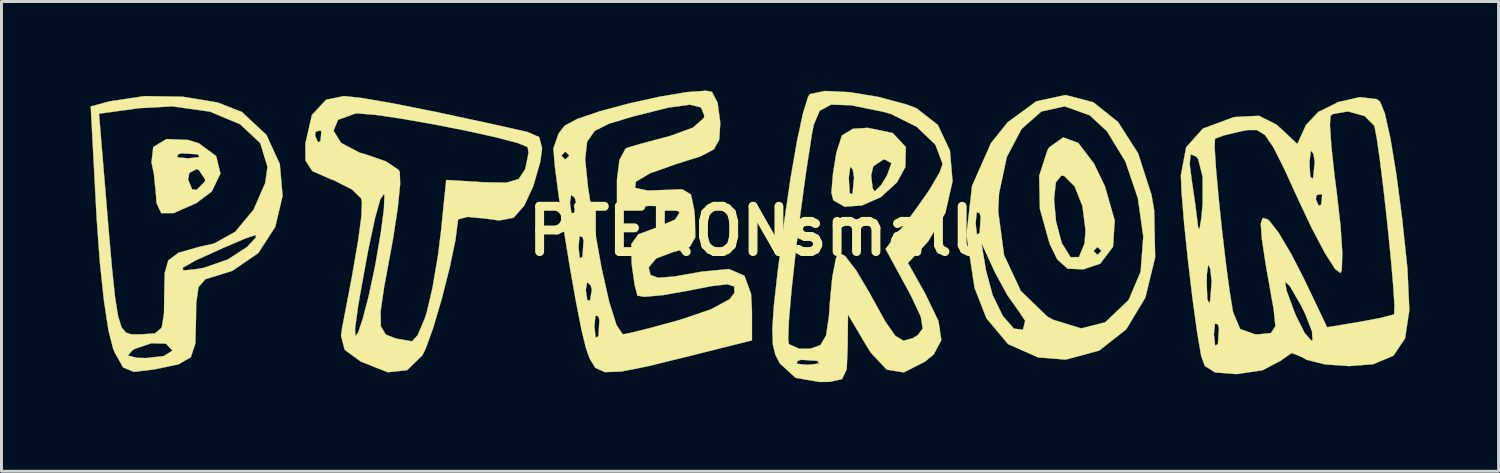
<source format=kicad_pcb>
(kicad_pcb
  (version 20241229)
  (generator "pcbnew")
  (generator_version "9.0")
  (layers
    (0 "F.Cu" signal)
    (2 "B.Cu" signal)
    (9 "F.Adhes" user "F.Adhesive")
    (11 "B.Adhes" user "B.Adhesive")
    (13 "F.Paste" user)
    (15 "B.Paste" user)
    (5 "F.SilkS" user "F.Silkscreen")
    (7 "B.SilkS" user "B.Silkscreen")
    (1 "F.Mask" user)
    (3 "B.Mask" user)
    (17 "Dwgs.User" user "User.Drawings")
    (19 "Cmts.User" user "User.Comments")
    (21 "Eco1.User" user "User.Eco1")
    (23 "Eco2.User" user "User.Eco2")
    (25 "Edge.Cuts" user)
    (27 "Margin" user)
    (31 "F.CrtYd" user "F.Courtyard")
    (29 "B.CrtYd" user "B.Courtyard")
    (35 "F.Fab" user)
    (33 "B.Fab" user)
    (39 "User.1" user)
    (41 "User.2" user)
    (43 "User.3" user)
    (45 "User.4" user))
  (footprint "PTERONsmall"
    (layer "F.Cu")
    (at 22.264 4.729)
    (property "Reference" "PTERONsmall" (at 0 0 0) (layer "F.SilkS") (effects (font (size 1.524 1.524) (thickness 0.3))))
    (attr through_hole)
    (fp_poly (pts (xy -18.986 -3.068) (xy -18.617 -2.954) (xy -18.036 -2.524) (xy -17.894 -1.937) (xy -18.185 -1.333) (xy -18.703 -0.943) (xy -19.466 -0.606) (xy -19.886 -0.603) (xy -20.046 -0.944) (xy -20.056 -1.136) (xy -20.115 -1.738) (xy -18.983 -1.738) (xy -18.847 -1.405) (xy -18.696 -1.388) (xy -18.42 -1.664) (xy -18.408 -1.738) (xy -18.616 -2.051) (xy -18.696 -2.088) (xy -18.94 -1.959) (xy -18.983 -1.738) (xy -20.115 -1.738) (xy -20.132 -1.915) (xy -20.214 -2.314) (xy -20.195 -2.486) (xy -19.351 -2.486) (xy -18.983 -2.449) (xy -18.604 -2.491) (xy -18.649 -2.583) (xy -19.196 -2.619) (xy -19.317 -2.583) (xy -19.351 -2.486) (xy -20.195 -2.486) (xy -20.155 -2.831) (xy -19.71 -3.097) (xy -18.986 -3.068)) (stroke (width 0.01) (type solid)) (fill yes) (layer "F.SilkS"))
    (fp_poly (pts (xy 4.742 -3.299) (xy 5.179 -2.828) (xy 5.162 -2.152) (xy 4.88 -1.638) (xy 4.34 -1.144) (xy 3.702 -0.863) (xy 3.118 -0.82) (xy 2.739 -1.039) (xy 2.674 -1.286) (xy 2.711 -1.738) (xy 3.261 -1.738) (xy 3.289 -1.281) (xy 3.373 -1.241) (xy 3.384 -1.265) (xy 3.437 -1.796) (xy 3.425 -1.872) (xy 4.011 -1.872) (xy 4.063 -1.436) (xy 4.135 -1.337) (xy 4.342 -1.542) (xy 4.545 -1.872) (xy 4.694 -2.283) (xy 4.481 -2.405) (xy 4.421 -2.406) (xy 4.084 -2.183) (xy 4.011 -1.872) (xy 3.425 -1.872) (xy 3.394 -2.067) (xy 3.309 -2.176) (xy 3.262 -1.821) (xy 3.261 -1.738) (xy 2.711 -1.738) (xy 2.726 -1.924) (xy 2.841 -2.64) (xy 3.027 -3.218) (xy 3.396 -3.444) (xy 3.901 -3.476) (xy 4.742 -3.299)) (stroke (width 0.01) (type solid)) (fill yes) (layer "F.SilkS"))
    (fp_poly (pts (xy 10.985 -2.966) (xy 11.515 -2.271) (xy 11.882 -1.507) (xy 12.212 -0.356) (xy 12.154 0.529) (xy 11.723 1.098) (xy 11.152 1.288) (xy 10.625 1.265) (xy 10.277 0.954) (xy 10.02 0.428) (xy 9.692 -0.749) (xy 9.685 -1.068) (xy 10.169 -1.068) (xy 10.236 -0.327) (xy 10.427 0.4) (xy 10.726 0.88) (xy 11.008 0.872) (xy 11.092 0.668) (xy 11.497 0.668) (xy 11.631 0.802) (xy 11.764 0.668) (xy 11.631 0.535) (xy 11.497 0.668) (xy 11.092 0.668) (xy 11.195 0.418) (xy 11.229 -0.033) (xy 11.124 -0.844) (xy 10.859 -1.509) (xy 10.51 -1.855) (xy 10.418 -1.872) (xy 10.229 -1.641) (xy 10.169 -1.068) (xy 9.685 -1.068) (xy 9.669 -1.863) (xy 9.952 -2.737) (xy 10.011 -2.823) (xy 10.478 -3.154) (xy 10.985 -2.966)) (stroke (width 0.01) (type solid)) (fill yes) (layer "F.SilkS"))
    (fp_poly (pts (xy 11.488 -4.338) (xy 12.324 -3.672) (xy 12.998 -2.619) (xy 13.451 -1.216) (xy 13.54 -0.693) (xy 13.572 0.889) (xy 13.242 2.243) (xy 12.598 3.308) (xy 11.689 4.023) (xy 10.562 4.326) (xy 9.632 4.252) (xy 8.622 3.806) (xy 7.895 2.94) (xy 7.494 1.917) (xy 7.262 0.401) (xy 7.725 0.401) (xy 7.877 1.323) (xy 8.103 2.158) (xy 8.443 2.855) (xy 8.816 3.282) (xy 9.12 3.324) (xy 9.196 3.02) (xy 8.986 2.706) (xy 8.6 2.16) (xy 8.195 1.42) (xy 8.152 1.329) (xy 7.725 0.401) (xy 7.262 0.401) (xy 7.22 0.126) (xy 7.265 -0.267) (xy 7.529 -0.267) (xy 7.571 0.112) (xy 7.663 0.067) (xy 7.699 -0.481) (xy 7.663 -0.602) (xy 7.566 -0.635) (xy 7.529 -0.267) (xy 7.265 -0.267) (xy 7.311 -0.664) (xy 8.289 -0.664) (xy 8.487 0.81) (xy 9.052 2.018) (xy 9.937 2.871) (xy 10.145 2.988) (xy 11.081 3.275) (xy 11.889 3.071) (xy 12.644 2.355) (xy 12.692 2.292) (xy 13.084 1.366) (xy 13.172 0.181) (xy 12.991 -1.106) (xy 12.572 -2.339) (xy 11.95 -3.361) (xy 11.367 -3.899) (xy 10.526 -4.199) (xy 9.742 -4.026) (xy 9.075 -3.438) (xy 8.58 -2.498) (xy 8.317 -1.265) (xy 8.289 -0.664) (xy 7.311 -0.664) (xy 7.409 -1.524) (xy 8.046 -2.962) (xy 8.604 -3.659) (xy 9.569 -4.367) (xy 10.55 -4.581) (xy 11.488 -4.338)) (stroke (width 0.01) (type solid)) (fill yes) (layer "F.SilkS"))
    (fp_poly (pts (xy -19.172 -4.524) (xy -17.987 -4.329) (xy -17.172 -4.009) (xy -16.346 -3.24) (xy -15.895 -2.257) (xy -15.801 -1.184) (xy -16.047 -0.144) (xy -16.617 0.738) (xy -17.494 1.339) (xy -17.921 1.472) (xy -18.399 1.618) (xy -18.633 1.887) (xy -18.709 2.439) (xy -18.716 2.947) (xy -18.738 3.786) (xy -18.89 4.246) (xy -19.3 4.483) (xy -20.096 4.652) (xy -20.127 4.657) (xy -20.802 4.74) (xy -21.17 4.59) (xy -21.396 4.188) (xy -21.011 4.188) (xy -20.711 4.265) (xy -20.387 4.274) (xy -19.795 4.205) (xy -19.52 4.031) (xy -19.518 4.011) (xy -19.729 3.789) (xy -20.221 3.775) (xy -20.782 3.967) (xy -20.855 4.011) (xy -21.011 4.188) (xy -21.396 4.188) (xy -21.446 4.1) (xy -21.506 3.957) (xy -21.662 3.35) (xy -21.816 2.335) (xy -21.954 1.039) (xy -22.059 -0.412) (xy -22.067 -0.562) (xy -22.247 -3.952) (xy -21.982 -3.952) (xy -21.812 -1.909) (xy -21.661 -0.087) (xy -21.542 1.271) (xy -21.44 2.232) (xy -21.339 2.865) (xy -21.223 3.238) (xy -21.076 3.419) (xy -20.882 3.476) (xy -20.625 3.476) (xy -20.556 3.476) (xy -20.097 3.443) (xy -19.87 3.253) (xy -19.793 2.767) (xy -19.785 2.157) (xy -19.771 1.419) (xy -19.719 1.235) (xy -19.167 1.235) (xy -19.14 1.327) (xy -18.649 1.272) (xy -18.449 1.235) (xy -17.644 0.956) (xy -16.993 0.531) (xy -16.979 0.516) (xy -16.701 0.22) (xy -16.704 0.13) (xy -17.059 0.25) (xy -17.78 0.558) (xy -18.718 0.983) (xy -19.167 1.235) (xy -19.719 1.235) (xy -19.648 0.984) (xy -19.3 0.728) (xy -18.607 0.531) (xy -18.106 0.419) (xy -17.397 0.024) (xy -16.78 -0.717) (xy -16.386 -1.618) (xy -16.31 -2.164) (xy -16.554 -2.963) (xy -17.229 -3.595) (xy -18.245 -4.02) (xy -19.513 -4.199) (xy -20.646 -4.136) (xy -21.982 -3.952) (xy -22.247 -3.952) (xy -22.259 -4.198) (xy -21.624 -4.368) (xy -20.457 -4.543) (xy -19.172 -4.524)) (stroke (width 0.01) (type solid)) (fill yes) (layer "F.SilkS"))
    (fp_poly (pts (xy 3.276 -4.677) (xy 4.253 -4.518) (xy 5.201 -4.263) (xy 5.535 -4.138) (xy 6.255 -3.576) (xy 6.664 -2.71) (xy 6.752 -1.676) (xy 6.51 -0.61) (xy 5.928 0.35) (xy 5.856 0.429) (xy 5.251 1.073) (xy 5.834 2.11) (xy 6.279 3.032) (xy 6.374 3.672) (xy 6.118 4.153) (xy 5.823 4.396) (xy 5.109 4.757) (xy 4.538 4.666) (xy 4.001 4.094) (xy 3.822 3.807) (xy 3.232 2.807) (xy 3.22 3.944) (xy 3.189 4.656) (xy 3.031 4.983) (xy 2.622 5.075) (xy 2.279 5.08) (xy 1.47 4.94) (xy 0.948 4.466) (xy 1.504 4.466) (xy 1.872 4.503) (xy 2.251 4.461) (xy 2.206 4.368) (xy 1.658 4.333) (xy 1.537 4.368) (xy 1.504 4.466) (xy 0.948 4.466) (xy 0.944 4.462) (xy 0.94 4.456) (xy 0.789 4.171) (xy 0.703 3.815) (xy 0.697 3.635) (xy 1.22 3.635) (xy 1.242 3.805) (xy 1.591 3.961) (xy 1.964 3.959) (xy 2.303 3.84) (xy 2.494 3.516) (xy 2.593 2.852) (xy 2.622 2.406) (xy 2.703 1.554) (xy 2.824 0.928) (xy 2.913 0.725) (xy 3.131 0.834) (xy 3.505 1.32) (xy 3.957 2.079) (xy 3.983 2.128) (xy 4.478 3.027) (xy 4.821 3.522) (xy 5.1 3.691) (xy 5.403 3.608) (xy 5.581 3.502) (xy 5.748 3.279) (xy 5.682 2.878) (xy 5.355 2.181) (xy 5.223 1.936) (xy 4.497 0.602) (xy 5.457 -0.655) (xy 5.975 -1.39) (xy 6.324 -1.991) (xy 6.417 -2.263) (xy 6.176 -2.906) (xy 5.55 -3.507) (xy 4.68 -3.942) (xy 4.412 -4.017) (xy 3.337 -4.235) (xy 2.663 -4.258) (xy 2.281 -4.052) (xy 2.081 -3.584) (xy 2.02 -3.275) (xy 1.817 -1.958) (xy 1.627 -0.565) (xy 1.46 0.798) (xy 1.328 2.024) (xy 1.244 3.005) (xy 1.22 3.635) (xy 0.697 3.635) (xy 0.685 3.297) (xy 0.736 2.526) (xy 0.86 1.414) (xy 1.06 -0.129) (xy 1.08 -0.282) (xy 1.296 -1.762) (xy 1.514 -3.021) (xy 1.718 -3.969) (xy 1.888 -4.518) (xy 1.951 -4.611) (xy 2.449 -4.716) (xy 3.276 -4.677)) (stroke (width 0.01) (type solid)) (fill yes) (layer "F.SilkS"))
    (fp_poly (pts (xy -13.145 -4.482) (xy -12.099 -4.301) (xy -10.656 -4.014) (xy -8.879 -3.633) (xy -7.56 -3.337) (xy -7.162 -3.164) (xy -7.065 -2.784) (xy -7.125 -2.336) (xy -7.361 -1.514) (xy -7.665 -0.859) (xy -8.022 -0.451) (xy -8.509 -0.357) (xy -8.969 -0.421) (xy -9.578 -0.478) (xy -9.888 -0.395) (xy -9.897 -0.364) (xy -9.98 0.293) (xy -10.177 1.233) (xy -10.442 2.279) (xy -10.728 3.25) (xy -10.987 3.968) (xy -11.096 4.182) (xy -11.608 4.683) (xy -12.265 4.751) (xy -13.162 4.396) (xy -13.185 4.383) (xy -13.711 3.997) (xy -13.834 3.524) (xy -13.799 3.27) (xy -13.361 3.27) (xy -13.352 3.542) (xy -13.258 3.416) (xy -13.102 2.951) (xy -12.908 2.208) (xy -12.702 1.247) (xy -12.671 1.083) (xy -12.496 0.063) (xy -12.391 -0.74) (xy -12.372 -1.195) (xy -12.388 -1.247) (xy -12.509 -1.078) (xy -12.69 -0.432) (xy -12.919 0.641) (xy -13.183 2.086) (xy -13.26 2.54) (xy -13.361 3.27) (xy -13.799 3.27) (xy -13.797 3.258) (xy -13.474 1.57) (xy -13.261 0.344) (xy -13.15 -0.481) (xy -13.131 -0.962) (xy -13.154 -1.094) (xy -13.463 -1.4) (xy -14.073 -1.709) (xy -14.187 -1.75) (xy -14.799 -2.019) (xy -15.031 -2.377) (xy -15.032 -2.953) (xy -14.974 -3.208) (xy -14.705 -3.208) (xy -14.607 -2.988) (xy -14.527 -3.03) (xy -14.495 -3.347) (xy -14.521 -3.379) (xy -14.086 -3.379) (xy -13.835 -2.971) (xy -13.208 -2.639) (xy -13.014 -2.585) (xy -12.325 -2.348) (xy -11.899 -2.063) (xy -11.857 -1.996) (xy -11.843 -1.587) (xy -11.922 -0.799) (xy -12.076 0.22) (xy -12.145 0.601) (xy -12.38 1.868) (xy -12.503 2.706) (xy -12.492 3.212) (xy -12.326 3.484) (xy -11.981 3.618) (xy -11.443 3.712) (xy -11.254 3.504) (xy -11.017 2.947) (xy -10.95 2.741) (xy -10.757 1.92) (xy -10.573 0.839) (xy -10.469 0.008) (xy -10.294 -1.722) (xy -9.048 -1.644) (xy -8.264 -1.631) (xy -7.85 -1.754) (xy -7.644 -2.069) (xy -7.62 -2.14) (xy -7.521 -2.638) (xy -7.554 -2.83) (xy -7.898 -2.969) (xy -8.632 -3.16) (xy -9.615 -3.377) (xy -10.71 -3.593) (xy -11.775 -3.78) (xy -12.673 -3.912) (xy -13.264 -3.961) (xy -13.351 -3.957) (xy -13.934 -3.746) (xy -14.086 -3.379) (xy -14.521 -3.379) (xy -14.527 -3.387) (xy -14.686 -3.35) (xy -14.705 -3.208) (xy -14.974 -3.208) (xy -14.814 -3.909) (xy -14.336 -4.423) (xy -13.734 -4.545) (xy -13.145 -4.482)) (stroke (width 0.01) (type solid)) (fill yes) (layer "F.SilkS"))
    (fp_poly (pts (xy -1.345 -4.684) (xy -1.158 -4.324) (xy -1.07 -3.676) (xy -1.069 -3.601) (xy -1.102 -3.076) (xy -1.281 -2.752) (xy -1.732 -2.514) (xy -2.54 -2.261) (xy -3.434 -1.945) (xy -3.907 -1.662) (xy -3.936 -1.454) (xy -3.499 -1.364) (xy -3.008 -1.383) (xy -2.351 -1.409) (xy -2.053 -1.233) (xy -1.944 -0.713) (xy -1.922 -0.464) (xy -1.907 0.204) (xy -2.089 0.528) (xy -2.583 0.69) (xy -2.657 0.705) (xy -3.227 0.923) (xy -3.475 1.225) (xy -3.476 1.237) (xy -3.416 1.477) (xy -3.164 1.571) (xy -2.608 1.528) (xy -1.686 1.364) (xy -0.778 1.277) (xy -0.256 1.501) (xy -0.031 2.109) (xy 0 2.694) (xy 0 3.678) (xy -2.263 4.245) (xy -3.545 4.559) (xy -4.408 4.729) (xy -4.95 4.748) (xy -5.269 4.606) (xy -5.464 4.294) (xy -5.588 3.944) (xy -5.733 3.353) (xy -5.762 3.208) (xy -5.305 3.208) (xy -5.263 3.588) (xy -5.17 3.543) (xy -5.135 2.995) (xy -5.17 2.874) (xy -5.268 2.841) (xy -5.305 3.208) (xy -5.762 3.208) (xy -5.923 2.388) (xy -5.995 1.983) (xy -5.594 1.983) (xy -5.544 2.33) (xy -5.453 2.334) (xy -5.389 1.976) (xy -5.432 1.821) (xy -5.551 1.72) (xy -5.594 1.983) (xy -5.995 1.983) (xy -6.133 1.199) (xy -6.241 0.535) (xy -5.84 0.535) (xy -5.798 0.914) (xy -5.705 0.869) (xy -5.67 0.322) (xy -5.705 0.201) (xy -5.803 0.167) (xy -5.84 0.535) (xy -6.241 0.535) (xy -6.339 -0.064) (xy -6.472 -0.958) (xy -6.128 -0.958) (xy -6.079 -0.611) (xy -5.988 -0.607) (xy -5.924 -0.965) (xy -5.967 -1.12) (xy -6.086 -1.221) (xy -6.128 -0.958) (xy -6.472 -0.958) (xy -6.515 -1.25) (xy -6.639 -2.209) (xy -6.665 -2.54) (xy -6.417 -2.54) (xy -6.283 -2.406) (xy -6.268 -2.422) (xy -5.615 -2.422) (xy -5.524 -1.506) (xy -5.333 -0.267) (xy -5.067 1.225) (xy -4.804 2.389) (xy -4.561 3.16) (xy -4.355 3.471) (xy -4.334 3.475) (xy -3.998 3.406) (xy -3.3 3.228) (xy -2.406 2.983) (xy -1.382 2.635) (xy -0.752 2.293) (xy -0.588 2.078) (xy -0.601 1.863) (xy -0.826 1.79) (xy -1.371 1.854) (xy -2.129 2.003) (xy -2.991 2.155) (xy -3.618 2.213) (xy -3.855 2.174) (xy -3.949 1.816) (xy -4.042 1.167) (xy -4.051 1.08) (xy -4.062 0.438) (xy -3.826 0.109) (xy -3.275 -0.095) (xy -2.59 -0.385) (xy -2.416 -0.658) (xy -2.731 -0.837) (xy -3.476 -0.848) (xy -4.545 -0.746) (xy -4.545 -1.718) (xy -4.462 -2.391) (xy -4.255 -2.78) (xy -4.211 -2.803) (xy -3.757 -2.935) (xy -3.021 -3.133) (xy -2.741 -3.206) (xy -1.985 -3.484) (xy -1.621 -3.807) (xy -1.604 -3.887) (xy -1.714 -4.164) (xy -2.093 -4.255) (xy -2.815 -4.157) (xy -3.957 -3.87) (xy -4.06 -3.842) (xy -4.81 -3.616) (xy -5.294 -3.374) (xy -5.55 -3.01) (xy -5.615 -2.422) (xy -6.268 -2.422) (xy -6.149 -2.54) (xy -6.283 -2.674) (xy -6.417 -2.54) (xy -6.665 -2.54) (xy -6.684 -2.787) (xy -6.508 -3.287) (xy -6.308 -3.546) (xy -5.882 -3.775) (xy -5.104 -4.038) (xy -4.129 -4.299) (xy -3.11 -4.524) (xy -2.199 -4.677) (xy -1.549 -4.724) (xy -1.345 -4.684)) (stroke (width 0.01) (type solid)) (fill yes) (layer "F.SilkS"))
    (fp_poly (pts (xy 21.029 -4.442) (xy 21.142 -4.363) (xy 21.305 -3.964) (xy 21.493 -3.117) (xy 21.692 -1.911) (xy 21.886 -0.432) (xy 22.062 1.234) (xy 22.066 1.275) (xy 22.129 2.663) (xy 21.985 3.613) (xy 21.593 4.196) (xy 20.909 4.482) (xy 20.1 4.545) (xy 19.28 4.485) (xy 18.671 4.333) (xy 18.519 4.242) (xy 18.169 4.105) (xy 17.778 4.375) (xy 17.182 4.686) (xy 16.323 4.813) (xy 16.295 4.813) (xy 15.588 4.758) (xy 15.243 4.539) (xy 15.123 4.211) (xy 14.997 3.476) (xy 15.55 3.476) (xy 15.592 3.855) (xy 15.684 3.81) (xy 15.72 3.263) (xy 15.684 3.142) (xy 15.587 3.108) (xy 15.55 3.476) (xy 14.997 3.476) (xy 14.985 3.404) (xy 14.83 2.273) (xy 14.766 1.738) (xy 15.307 1.738) (xy 15.329 2.288) (xy 15.39 2.43) (xy 15.424 2.343) (xy 15.474 1.701) (xy 15.429 1.273) (xy 15.359 1.125) (xy 15.314 1.446) (xy 15.307 1.738) (xy 14.766 1.738) (xy 14.678 0.993) (xy 14.548 -0.257) (xy 14.462 -1.3) (xy 14.438 -1.873) (xy 14.51 -2.26) (xy 14.735 -2.26) (xy 14.801 -1.738) (xy 14.922 -0.908) (xy 15.008 -0.226) (xy 15.018 -0.134) (xy 15.063 -0.058) (xy 15.126 -0.432) (xy 15.171 -0.906) (xy 15.17 -1.831) (xy 15.021 -2.423) (xy 14.954 -2.51) (xy 14.767 -2.585) (xy 14.735 -2.26) (xy 14.51 -2.26) (xy 14.615 -2.819) (xy 14.617 -2.822) (xy 15.575 -2.822) (xy 15.618 -2.136) (xy 15.703 -1.183) (xy 15.816 -0.095) (xy 15.943 0.998) (xy 16.07 1.962) (xy 16.184 2.667) (xy 16.199 2.741) (xy 16.437 3.298) (xy 16.931 3.473) (xy 17.034 3.476) (xy 17.47 3.433) (xy 17.621 3.204) (xy 17.562 2.635) (xy 17.533 2.473) (xy 17.396 1.701) (xy 17.947 1.701) (xy 17.994 1.997) (xy 18.264 2.726) (xy 18.318 2.857) (xy 18.605 3.431) (xy 18.829 3.685) (xy 18.872 3.676) (xy 18.851 3.371) (xy 18.62 2.781) (xy 18.48 2.498) (xy 18.112 1.861) (xy 17.947 1.701) (xy 17.396 1.701) (xy 17.296 1.135) (xy 17.162 0.251) (xy 17.128 -0.252) (xy 17.192 -0.445) (xy 17.349 -0.398) (xy 17.414 -0.348) (xy 17.725 0.05) (xy 18.156 0.774) (xy 18.582 1.605) (xy 19.362 3.237) (xy 20.443 3.058) (xy 21.14 2.927) (xy 21.569 2.818) (xy 21.618 2.794) (xy 21.629 2.511) (xy 21.585 1.826) (xy 21.501 0.866) (xy 21.39 -0.241) (xy 21.265 -1.366) (xy 21.139 -2.383) (xy 21.027 -3.162) (xy 20.951 -3.543) (xy 20.625 -3.873) (xy 20.064 -4.028) (xy 19.556 -3.941) (xy 19.478 -3.881) (xy 19.456 -3.577) (xy 19.503 -2.868) (xy 19.61 -1.878) (xy 19.688 -1.275) (xy 19.814 -0.174) (xy 19.872 0.725) (xy 19.856 1.292) (xy 19.816 1.413) (xy 19.628 1.274) (xy 19.284 0.734) (xy 18.836 -0.116) (xy 18.442 -0.949) (xy 18.387 -1.069) (xy 18.983 -1.069) (xy 19.081 -0.849) (xy 19.161 -0.891) (xy 19.193 -1.209) (xy 19.161 -1.248) (xy 19.002 -1.211) (xy 18.983 -1.069) (xy 18.387 -1.069) (xy 17.92 -2.091) (xy 17.829 -2.273) (xy 18.768 -2.273) (xy 18.797 -1.816) (xy 18.881 -1.776) (xy 18.891 -1.8) (xy 18.944 -2.33) (xy 18.901 -2.602) (xy 18.816 -2.711) (xy 18.77 -2.356) (xy 18.768 -2.273) (xy 17.829 -2.273) (xy 17.55 -2.826) (xy 17.267 -3.235) (xy 17.002 -3.4) (xy 16.692 -3.402) (xy 16.48 -3.363) (xy 15.887 -3.222) (xy 15.587 -3.11) (xy 15.575 -2.822) (xy 14.617 -2.822) (xy 15.179 -3.451) (xy 16.183 -3.822) (xy 16.289 -3.843) (xy 17.068 -3.881) (xy 17.656 -3.585) (xy 17.782 -3.474) (xy 18.359 -2.932) (xy 18.65 -3.571) (xy 19.061 -4.007) (xy 19.734 -4.342) (xy 20.459 -4.509) (xy 21.029 -4.442)) (stroke (width 0.01) (type solid)) (fill yes) (layer "F.SilkS")))
  (gr_rect
    (start -3 -3)
    (end 47.398 12.814)
    (stroke (width 0.1) (type default))
    (fill no)
    (layer "Edge.Cuts")))
</source>
